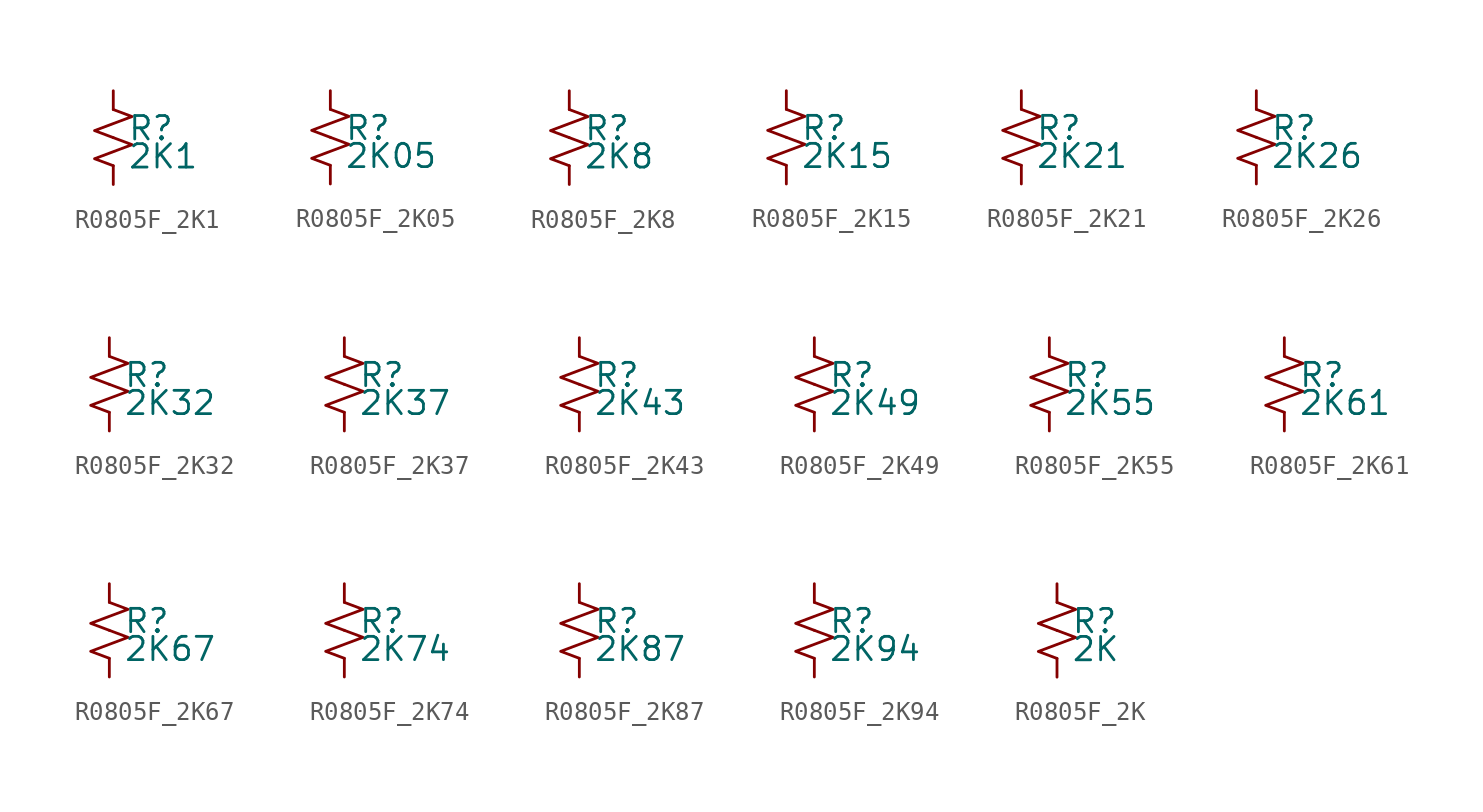
<source format=kicad_sym>
(kicad_symbol_lib
  (version 20220914)
  (generator kicad_symbol_editor)
  (symbol "R0805F_2K1"
    (pin_numbers hide)
    (pin_names
      (offset 0.254) hide)
    (property "Reference" "R"
      (at 0.762 0.508 0)
      (effects (font (size 1.27 1.27)) (justify left)))
    (property "Value" "2K1"
      (at 0.762 -1.016 0)
      (effects (font (size 1.27 1.27)) (justify left)))
    (symbol "R0805F_2K1_1_1"
      (polyline (pts (xy 0 0) (xy 1.016 -0.381) (xy 0 -0.762) (xy -1.016 -1.143) (xy 0 -1.524)) (stroke (width 0) (type default)) (fill (type none)))
      (polyline (pts (xy 0 1.524) (xy 1.016 1.143) (xy 0 0.762) (xy -1.016 0.381) (xy 0 0)) (stroke (width 0) (type default)) (fill (type none)))
      (pin passive line (at 0 2.54 270) (length 1.016) (name "~" (effects (font (size 1.27 1.27)))) (number "1" (effects (font (size 1.27 1.27)))))
      (pin passive line (at 0 -2.54 90) (length 1.016) (name "~" (effects (font (size 1.27 1.27)))) (number "2" (effects (font (size 1.27 1.27)))))))
  (symbol "R0805F_2K05"
    (pin_numbers hide)
    (pin_names
      (offset 0.254) hide)
    (property "Reference" "R"
      (at 0.762 0.508 0)
      (effects (font (size 1.27 1.27)) (justify left)))
    (property "Value" "2K05"
      (at 0.762 -1.016 0)
      (effects (font (size 1.27 1.27)) (justify left)))
    (symbol "R0805F_2K05_1_1"
      (polyline (pts (xy 0 0) (xy 1.016 -0.381) (xy 0 -0.762) (xy -1.016 -1.143) (xy 0 -1.524)) (stroke (width 0) (type default)) (fill (type none)))
      (polyline (pts (xy 0 1.524) (xy 1.016 1.143) (xy 0 0.762) (xy -1.016 0.381) (xy 0 0)) (stroke (width 0) (type default)) (fill (type none)))
      (pin passive line (at 0 2.54 270) (length 1.016) (name "~" (effects (font (size 1.27 1.27)))) (number "1" (effects (font (size 1.27 1.27)))))
      (pin passive line (at 0 -2.54 90) (length 1.016) (name "~" (effects (font (size 1.27 1.27)))) (number "2" (effects (font (size 1.27 1.27)))))))
  (symbol "R0805F_2K8"
    (pin_numbers hide)
    (pin_names
      (offset 0.254) hide)
    (property "Reference" "R"
      (at 0.762 0.508 0)
      (effects (font (size 1.27 1.27)) (justify left)))
    (property "Value" "2K8"
      (at 0.762 -1.016 0)
      (effects (font (size 1.27 1.27)) (justify left)))
    (symbol "R0805F_2K8_1_1"
      (polyline (pts (xy 0 0) (xy 1.016 -0.381) (xy 0 -0.762) (xy -1.016 -1.143) (xy 0 -1.524)) (stroke (width 0) (type default)) (fill (type none)))
      (polyline (pts (xy 0 1.524) (xy 1.016 1.143) (xy 0 0.762) (xy -1.016 0.381) (xy 0 0)) (stroke (width 0) (type default)) (fill (type none)))
      (pin passive line (at 0 2.54 270) (length 1.016) (name "~" (effects (font (size 1.27 1.27)))) (number "1" (effects (font (size 1.27 1.27)))))
      (pin passive line (at 0 -2.54 90) (length 1.016) (name "~" (effects (font (size 1.27 1.27)))) (number "2" (effects (font (size 1.27 1.27)))))))
  (symbol "R0805F_2K15"
    (pin_numbers hide)
    (pin_names
      (offset 0.254) hide)
    (property "Reference" "R"
      (at 0.762 0.508 0)
      (effects (font (size 1.27 1.27)) (justify left)))
    (property "Value" "2K15"
      (at 0.762 -1.016 0)
      (effects (font (size 1.27 1.27)) (justify left)))
    (symbol "R0805F_2K15_1_1"
      (polyline (pts (xy 0 0) (xy 1.016 -0.381) (xy 0 -0.762) (xy -1.016 -1.143) (xy 0 -1.524)) (stroke (width 0) (type default)) (fill (type none)))
      (polyline (pts (xy 0 1.524) (xy 1.016 1.143) (xy 0 0.762) (xy -1.016 0.381) (xy 0 0)) (stroke (width 0) (type default)) (fill (type none)))
      (pin passive line (at 0 2.54 270) (length 1.016) (name "~" (effects (font (size 1.27 1.27)))) (number "1" (effects (font (size 1.27 1.27)))))
      (pin passive line (at 0 -2.54 90) (length 1.016) (name "~" (effects (font (size 1.27 1.27)))) (number "2" (effects (font (size 1.27 1.27)))))))
  (symbol "R0805F_2K21"
    (pin_numbers hide)
    (pin_names
      (offset 0.254) hide)
    (property "Reference" "R"
      (at 0.762 0.508 0)
      (effects (font (size 1.27 1.27)) (justify left)))
    (property "Value" "2K21"
      (at 0.762 -1.016 0)
      (effects (font (size 1.27 1.27)) (justify left)))
    (symbol "R0805F_2K21_1_1"
      (polyline (pts (xy 0 0) (xy 1.016 -0.381) (xy 0 -0.762) (xy -1.016 -1.143) (xy 0 -1.524)) (stroke (width 0) (type default)) (fill (type none)))
      (polyline (pts (xy 0 1.524) (xy 1.016 1.143) (xy 0 0.762) (xy -1.016 0.381) (xy 0 0)) (stroke (width 0) (type default)) (fill (type none)))
      (pin passive line (at 0 2.54 270) (length 1.016) (name "~" (effects (font (size 1.27 1.27)))) (number "1" (effects (font (size 1.27 1.27)))))
      (pin passive line (at 0 -2.54 90) (length 1.016) (name "~" (effects (font (size 1.27 1.27)))) (number "2" (effects (font (size 1.27 1.27)))))))
  (symbol "R0805F_2K26"
    (pin_numbers hide)
    (pin_names
      (offset 0.254) hide)
    (property "Reference" "R"
      (at 0.762 0.508 0)
      (effects (font (size 1.27 1.27)) (justify left)))
    (property "Value" "2K26"
      (at 0.762 -1.016 0)
      (effects (font (size 1.27 1.27)) (justify left)))
    (symbol "R0805F_2K26_1_1"
      (polyline (pts (xy 0 0) (xy 1.016 -0.381) (xy 0 -0.762) (xy -1.016 -1.143) (xy 0 -1.524)) (stroke (width 0) (type default)) (fill (type none)))
      (polyline (pts (xy 0 1.524) (xy 1.016 1.143) (xy 0 0.762) (xy -1.016 0.381) (xy 0 0)) (stroke (width 0) (type default)) (fill (type none)))
      (pin passive line (at 0 2.54 270) (length 1.016) (name "~" (effects (font (size 1.27 1.27)))) (number "1" (effects (font (size 1.27 1.27)))))
      (pin passive line (at 0 -2.54 90) (length 1.016) (name "~" (effects (font (size 1.27 1.27)))) (number "2" (effects (font (size 1.27 1.27)))))))
  (symbol "R0805F_2K32"
    (pin_numbers hide)
    (pin_names
      (offset 0.254) hide)
    (property "Reference" "R"
      (at 0.762 0.508 0)
      (effects (font (size 1.27 1.27)) (justify left)))
    (property "Value" "2K32"
      (at 0.762 -1.016 0)
      (effects (font (size 1.27 1.27)) (justify left)))
    (symbol "R0805F_2K32_1_1"
      (polyline (pts (xy 0 0) (xy 1.016 -0.381) (xy 0 -0.762) (xy -1.016 -1.143) (xy 0 -1.524)) (stroke (width 0) (type default)) (fill (type none)))
      (polyline (pts (xy 0 1.524) (xy 1.016 1.143) (xy 0 0.762) (xy -1.016 0.381) (xy 0 0)) (stroke (width 0) (type default)) (fill (type none)))
      (pin passive line (at 0 2.54 270) (length 1.016) (name "~" (effects (font (size 1.27 1.27)))) (number "1" (effects (font (size 1.27 1.27)))))
      (pin passive line (at 0 -2.54 90) (length 1.016) (name "~" (effects (font (size 1.27 1.27)))) (number "2" (effects (font (size 1.27 1.27)))))))
  (symbol "R0805F_2K37"
    (pin_numbers hide)
    (pin_names
      (offset 0.254) hide)
    (property "Reference" "R"
      (at 0.762 0.508 0)
      (effects (font (size 1.27 1.27)) (justify left)))
    (property "Value" "2K37"
      (at 0.762 -1.016 0)
      (effects (font (size 1.27 1.27)) (justify left)))
    (symbol "R0805F_2K37_1_1"
      (polyline (pts (xy 0 0) (xy 1.016 -0.381) (xy 0 -0.762) (xy -1.016 -1.143) (xy 0 -1.524)) (stroke (width 0) (type default)) (fill (type none)))
      (polyline (pts (xy 0 1.524) (xy 1.016 1.143) (xy 0 0.762) (xy -1.016 0.381) (xy 0 0)) (stroke (width 0) (type default)) (fill (type none)))
      (pin passive line (at 0 2.54 270) (length 1.016) (name "~" (effects (font (size 1.27 1.27)))) (number "1" (effects (font (size 1.27 1.27)))))
      (pin passive line (at 0 -2.54 90) (length 1.016) (name "~" (effects (font (size 1.27 1.27)))) (number "2" (effects (font (size 1.27 1.27)))))))
  (symbol "R0805F_2K43"
    (pin_numbers hide)
    (pin_names
      (offset 0.254) hide)
    (property "Reference" "R"
      (at 0.762 0.508 0)
      (effects (font (size 1.27 1.27)) (justify left)))
    (property "Value" "2K43"
      (at 0.762 -1.016 0)
      (effects (font (size 1.27 1.27)) (justify left)))
    (symbol "R0805F_2K43_1_1"
      (polyline (pts (xy 0 0) (xy 1.016 -0.381) (xy 0 -0.762) (xy -1.016 -1.143) (xy 0 -1.524)) (stroke (width 0) (type default)) (fill (type none)))
      (polyline (pts (xy 0 1.524) (xy 1.016 1.143) (xy 0 0.762) (xy -1.016 0.381) (xy 0 0)) (stroke (width 0) (type default)) (fill (type none)))
      (pin passive line (at 0 2.54 270) (length 1.016) (name "~" (effects (font (size 1.27 1.27)))) (number "1" (effects (font (size 1.27 1.27)))))
      (pin passive line (at 0 -2.54 90) (length 1.016) (name "~" (effects (font (size 1.27 1.27)))) (number "2" (effects (font (size 1.27 1.27)))))))
  (symbol "R0805F_2K49"
    (pin_numbers hide)
    (pin_names
      (offset 0.254) hide)
    (property "Reference" "R"
      (at 0.762 0.508 0)
      (effects (font (size 1.27 1.27)) (justify left)))
    (property "Value" "2K49"
      (at 0.762 -1.016 0)
      (effects (font (size 1.27 1.27)) (justify left)))
    (symbol "R0805F_2K49_1_1"
      (polyline (pts (xy 0 0) (xy 1.016 -0.381) (xy 0 -0.762) (xy -1.016 -1.143) (xy 0 -1.524)) (stroke (width 0) (type default)) (fill (type none)))
      (polyline (pts (xy 0 1.524) (xy 1.016 1.143) (xy 0 0.762) (xy -1.016 0.381) (xy 0 0)) (stroke (width 0) (type default)) (fill (type none)))
      (pin passive line (at 0 2.54 270) (length 1.016) (name "~" (effects (font (size 1.27 1.27)))) (number "1" (effects (font (size 1.27 1.27)))))
      (pin passive line (at 0 -2.54 90) (length 1.016) (name "~" (effects (font (size 1.27 1.27)))) (number "2" (effects (font (size 1.27 1.27)))))))
  (symbol "R0805F_2K55"
    (pin_numbers hide)
    (pin_names
      (offset 0.254) hide)
    (property "Reference" "R"
      (at 0.762 0.508 0)
      (effects (font (size 1.27 1.27)) (justify left)))
    (property "Value" "2K55"
      (at 0.762 -1.016 0)
      (effects (font (size 1.27 1.27)) (justify left)))
    (symbol "R0805F_2K55_1_1"
      (polyline (pts (xy 0 0) (xy 1.016 -0.381) (xy 0 -0.762) (xy -1.016 -1.143) (xy 0 -1.524)) (stroke (width 0) (type default)) (fill (type none)))
      (polyline (pts (xy 0 1.524) (xy 1.016 1.143) (xy 0 0.762) (xy -1.016 0.381) (xy 0 0)) (stroke (width 0) (type default)) (fill (type none)))
      (pin passive line (at 0 2.54 270) (length 1.016) (name "~" (effects (font (size 1.27 1.27)))) (number "1" (effects (font (size 1.27 1.27)))))
      (pin passive line (at 0 -2.54 90) (length 1.016) (name "~" (effects (font (size 1.27 1.27)))) (number "2" (effects (font (size 1.27 1.27)))))))
  (symbol "R0805F_2K61"
    (pin_numbers hide)
    (pin_names
      (offset 0.254) hide)
    (property "Reference" "R"
      (at 0.762 0.508 0)
      (effects (font (size 1.27 1.27)) (justify left)))
    (property "Value" "2K61"
      (at 0.762 -1.016 0)
      (effects (font (size 1.27 1.27)) (justify left)))
    (symbol "R0805F_2K61_1_1"
      (polyline (pts (xy 0 0) (xy 1.016 -0.381) (xy 0 -0.762) (xy -1.016 -1.143) (xy 0 -1.524)) (stroke (width 0) (type default)) (fill (type none)))
      (polyline (pts (xy 0 1.524) (xy 1.016 1.143) (xy 0 0.762) (xy -1.016 0.381) (xy 0 0)) (stroke (width 0) (type default)) (fill (type none)))
      (pin passive line (at 0 2.54 270) (length 1.016) (name "~" (effects (font (size 1.27 1.27)))) (number "1" (effects (font (size 1.27 1.27)))))
      (pin passive line (at 0 -2.54 90) (length 1.016) (name "~" (effects (font (size 1.27 1.27)))) (number "2" (effects (font (size 1.27 1.27)))))))
  (symbol "R0805F_2K67"
    (pin_numbers hide)
    (pin_names
      (offset 0.254) hide)
    (property "Reference" "R"
      (at 0.762 0.508 0)
      (effects (font (size 1.27 1.27)) (justify left)))
    (property "Value" "2K67"
      (at 0.762 -1.016 0)
      (effects (font (size 1.27 1.27)) (justify left)))
    (symbol "R0805F_2K67_1_1"
      (polyline (pts (xy 0 0) (xy 1.016 -0.381) (xy 0 -0.762) (xy -1.016 -1.143) (xy 0 -1.524)) (stroke (width 0) (type default)) (fill (type none)))
      (polyline (pts (xy 0 1.524) (xy 1.016 1.143) (xy 0 0.762) (xy -1.016 0.381) (xy 0 0)) (stroke (width 0) (type default)) (fill (type none)))
      (pin passive line (at 0 2.54 270) (length 1.016) (name "~" (effects (font (size 1.27 1.27)))) (number "1" (effects (font (size 1.27 1.27)))))
      (pin passive line (at 0 -2.54 90) (length 1.016) (name "~" (effects (font (size 1.27 1.27)))) (number "2" (effects (font (size 1.27 1.27)))))))
  (symbol "R0805F_2K74"
    (pin_numbers hide)
    (pin_names
      (offset 0.254) hide)
    (property "Reference" "R"
      (at 0.762 0.508 0)
      (effects (font (size 1.27 1.27)) (justify left)))
    (property "Value" "2K74"
      (at 0.762 -1.016 0)
      (effects (font (size 1.27 1.27)) (justify left)))
    (symbol "R0805F_2K74_1_1"
      (polyline (pts (xy 0 0) (xy 1.016 -0.381) (xy 0 -0.762) (xy -1.016 -1.143) (xy 0 -1.524)) (stroke (width 0) (type default)) (fill (type none)))
      (polyline (pts (xy 0 1.524) (xy 1.016 1.143) (xy 0 0.762) (xy -1.016 0.381) (xy 0 0)) (stroke (width 0) (type default)) (fill (type none)))
      (pin passive line (at 0 2.54 270) (length 1.016) (name "~" (effects (font (size 1.27 1.27)))) (number "1" (effects (font (size 1.27 1.27)))))
      (pin passive line (at 0 -2.54 90) (length 1.016) (name "~" (effects (font (size 1.27 1.27)))) (number "2" (effects (font (size 1.27 1.27)))))))
  (symbol "R0805F_2K87"
    (pin_numbers hide)
    (pin_names
      (offset 0.254) hide)
    (property "Reference" "R"
      (at 0.762 0.508 0)
      (effects (font (size 1.27 1.27)) (justify left)))
    (property "Value" "2K87"
      (at 0.762 -1.016 0)
      (effects (font (size 1.27 1.27)) (justify left)))
    (symbol "R0805F_2K87_1_1"
      (polyline (pts (xy 0 0) (xy 1.016 -0.381) (xy 0 -0.762) (xy -1.016 -1.143) (xy 0 -1.524)) (stroke (width 0) (type default)) (fill (type none)))
      (polyline (pts (xy 0 1.524) (xy 1.016 1.143) (xy 0 0.762) (xy -1.016 0.381) (xy 0 0)) (stroke (width 0) (type default)) (fill (type none)))
      (pin passive line (at 0 2.54 270) (length 1.016) (name "~" (effects (font (size 1.27 1.27)))) (number "1" (effects (font (size 1.27 1.27)))))
      (pin passive line (at 0 -2.54 90) (length 1.016) (name "~" (effects (font (size 1.27 1.27)))) (number "2" (effects (font (size 1.27 1.27)))))))
  (symbol "R0805F_2K94"
    (pin_numbers hide)
    (pin_names
      (offset 0.254) hide)
    (property "Reference" "R"
      (at 0.762 0.508 0)
      (effects (font (size 1.27 1.27)) (justify left)))
    (property "Value" "2K94"
      (at 0.762 -1.016 0)
      (effects (font (size 1.27 1.27)) (justify left)))
    (symbol "R0805F_2K94_1_1"
      (polyline (pts (xy 0 0) (xy 1.016 -0.381) (xy 0 -0.762) (xy -1.016 -1.143) (xy 0 -1.524)) (stroke (width 0) (type default)) (fill (type none)))
      (polyline (pts (xy 0 1.524) (xy 1.016 1.143) (xy 0 0.762) (xy -1.016 0.381) (xy 0 0)) (stroke (width 0) (type default)) (fill (type none)))
      (pin passive line (at 0 2.54 270) (length 1.016) (name "~" (effects (font (size 1.27 1.27)))) (number "1" (effects (font (size 1.27 1.27)))))
      (pin passive line (at 0 -2.54 90) (length 1.016) (name "~" (effects (font (size 1.27 1.27)))) (number "2" (effects (font (size 1.27 1.27)))))))
  (symbol "R0805F_2K"
    (pin_numbers hide)
    (pin_names
      (offset 0.254) hide)
    (property "Reference" "R"
      (at 0.762 0.508 0)
      (effects (font (size 1.27 1.27)) (justify left)))
    (property "Value" "2K"
      (at 0.762 -1.016 0)
      (effects (font (size 1.27 1.27)) (justify left)))
    (symbol "R0805F_2K_1_1"
      (polyline (pts (xy 0 0) (xy 1.016 -0.381) (xy 0 -0.762) (xy -1.016 -1.143) (xy 0 -1.524)) (stroke (width 0) (type default)) (fill (type none)))
      (polyline (pts (xy 0 1.524) (xy 1.016 1.143) (xy 0 0.762) (xy -1.016 0.381) (xy 0 0)) (stroke (width 0) (type default)) (fill (type none)))
      (pin passive line (at 0 2.54 270) (length 1.016) (name "~" (effects (font (size 1.27 1.27)))) (number "1" (effects (font (size 1.27 1.27)))))
      (pin passive line (at 0 -2.54 90) (length 1.016) (name "~" (effects (font (size 1.27 1.27)))) (number "2" (effects (font (size 1.27 1.27))))))))
</source>
